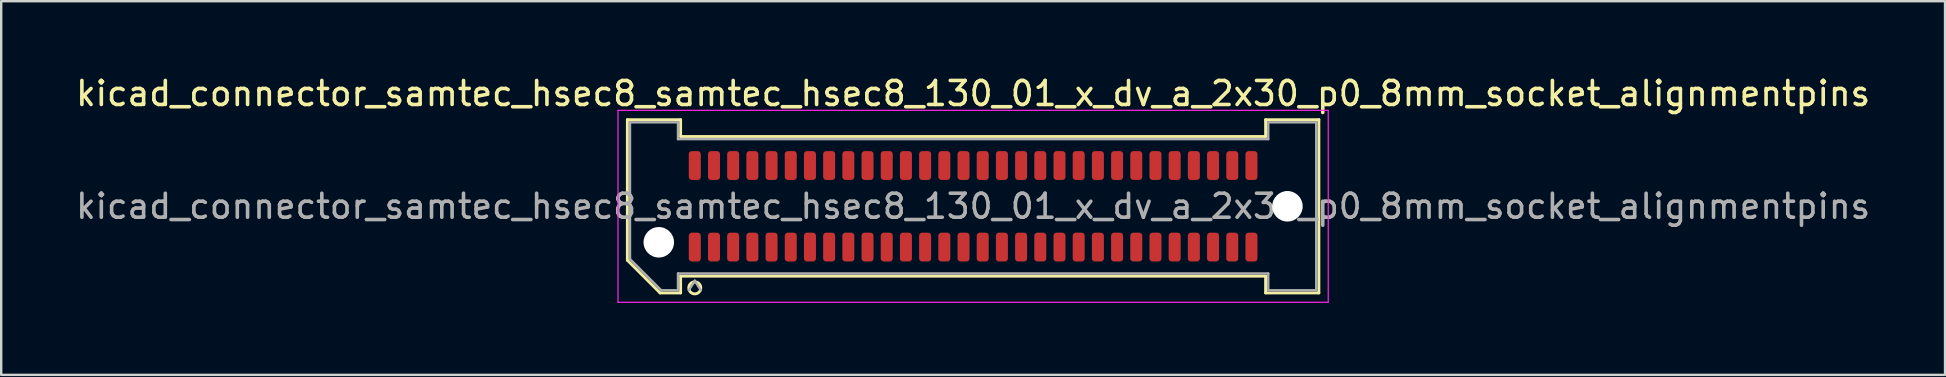
<source format=kicad_pcb>
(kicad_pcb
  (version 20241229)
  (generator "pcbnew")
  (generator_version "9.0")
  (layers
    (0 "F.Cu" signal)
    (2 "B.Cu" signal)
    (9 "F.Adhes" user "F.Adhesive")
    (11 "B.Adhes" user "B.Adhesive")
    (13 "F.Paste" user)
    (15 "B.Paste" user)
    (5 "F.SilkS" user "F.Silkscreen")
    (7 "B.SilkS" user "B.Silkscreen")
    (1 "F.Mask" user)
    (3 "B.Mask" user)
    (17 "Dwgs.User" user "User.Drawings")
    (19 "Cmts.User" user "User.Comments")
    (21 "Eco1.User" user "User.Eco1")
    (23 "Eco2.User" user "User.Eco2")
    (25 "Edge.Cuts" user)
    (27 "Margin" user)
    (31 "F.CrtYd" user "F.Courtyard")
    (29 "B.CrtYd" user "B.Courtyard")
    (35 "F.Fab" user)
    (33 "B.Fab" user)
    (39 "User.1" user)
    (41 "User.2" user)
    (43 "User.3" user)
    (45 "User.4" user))
  (footprint "kicad_connector_samtec_hsec8_samtec_hsec8_130_01_x_dv_a_2x30_p0_8mm_socket_alignmentpins"
    (layer "F.Cu")
    (at 37.506 5.548)
    (property "Reference" "kicad_connector_samtec_hsec8_samtec_hsec8_130_01_x_dv_a_2x30_p0_8mm_socket_alignmentpins" (at 0 -4.7 0) (layer "F.SilkS") (effects (font (size 1 1) (thickness 0.15))))
    (attr smd)
    (fp_line (start -14.41 -3.61) (end -12.19 -3.61) (stroke (width 0.12) (type solid)) (layer "F.SilkS"))
    (fp_line (start -14.41 2.246) (end -14.41 -3.61) (stroke (width 0.12) (type solid)) (layer "F.SilkS"))
    (fp_line (start -13.046 3.61) (end -14.41 2.246) (stroke (width 0.12) (type solid)) (layer "F.SilkS"))
    (fp_line (start -12.19 -3.61) (end -12.19 -2.91) (stroke (width 0.12) (type solid)) (layer "F.SilkS"))
    (fp_line (start -12.19 -2.91) (end 12.19 -2.91) (stroke (width 0.12) (type solid)) (layer "F.SilkS"))
    (fp_line (start -12.19 2.91) (end -12.19 3.61) (stroke (width 0.12) (type solid)) (layer "F.SilkS"))
    (fp_line (start -12.19 3.61) (end -13.046 3.61) (stroke (width 0.12) (type solid)) (layer "F.SilkS"))
    (fp_line (start 12.19 -3.61) (end 14.41 -3.61) (stroke (width 0.12) (type solid)) (layer "F.SilkS"))
    (fp_line (start 12.19 -2.91) (end 12.19 -3.61) (stroke (width 0.12) (type solid)) (layer "F.SilkS"))
    (fp_line (start 12.19 2.91) (end -12.19 2.91) (stroke (width 0.12) (type solid)) (layer "F.SilkS"))
    (fp_line (start 12.19 3.61) (end 12.19 2.91) (stroke (width 0.12) (type solid)) (layer "F.SilkS"))
    (fp_line (start 14.41 -3.61) (end 14.41 3.61) (stroke (width 0.12) (type solid)) (layer "F.SilkS"))
    (fp_line (start 14.41 3.61) (end 12.19 3.61) (stroke (width 0.12) (type solid)) (layer "F.SilkS"))
    (fp_arc (start -11.35 3.4) (mid -11.85 3.4) (end -11.35 3.4) (stroke (width 0.12) (type solid)) (layer "F.SilkS"))
    (fp_line (start -14.8 -4) (end -14.8 4) (stroke (width 0.05) (type solid)) (layer "F.CrtYd"))
    (fp_line (start -14.8 4) (end 14.8 4) (stroke (width 0.05) (type solid)) (layer "F.CrtYd"))
    (fp_line (start 14.8 -4) (end -14.8 -4) (stroke (width 0.05) (type solid)) (layer "F.CrtYd"))
    (fp_line (start 14.8 4) (end 14.8 -4) (stroke (width 0.05) (type solid)) (layer "F.CrtYd"))
    (fp_line (start -14.3 -3.5) (end -12.3 -3.5) (stroke (width 0.1) (type solid)) (layer "F.Fab"))
    (fp_line (start -14.3 2.2) (end -14.3 -3.5) (stroke (width 0.1) (type solid)) (layer "F.Fab"))
    (fp_line (start -13 3.5) (end -14.3 2.2) (stroke (width 0.1) (type solid)) (layer "F.Fab"))
    (fp_line (start -12.3 -3.5) (end -12.3 -2.8) (stroke (width 0.1) (type solid)) (layer "F.Fab"))
    (fp_line (start -12.3 -2.8) (end 12.3 -2.8) (stroke (width 0.1) (type solid)) (layer "F.Fab"))
    (fp_line (start -12.3 2.8) (end -12.3 3.5) (stroke (width 0.1) (type solid)) (layer "F.Fab"))
    (fp_line (start -12.3 3.5) (end -13 3.5) (stroke (width 0.1) (type solid)) (layer "F.Fab"))
    (fp_line (start -11.6 3.1) (end -11.85 3.5) (stroke (width 0.1) (type solid)) (layer "F.Fab"))
    (fp_line (start -11.6 3.1) (end -11.35 3.5) (stroke (width 0.1) (type solid)) (layer "F.Fab"))
    (fp_line (start 12.3 -3.5) (end 14.3 -3.5) (stroke (width 0.1) (type solid)) (layer "F.Fab"))
    (fp_line (start 12.3 -2.8) (end 12.3 -3.5) (stroke (width 0.1) (type solid)) (layer "F.Fab"))
    (fp_line (start 12.3 2.8) (end -12.3 2.8) (stroke (width 0.1) (type solid)) (layer "F.Fab"))
    (fp_line (start 12.3 3.5) (end 12.3 2.8) (stroke (width 0.1) (type solid)) (layer "F.Fab"))
    (fp_line (start 14.3 -3.5) (end 14.3 3.5) (stroke (width 0.1) (type solid)) (layer "F.Fab"))
    (fp_line (start 14.3 3.5) (end 12.3 3.5) (stroke (width 0.1) (type solid)) (layer "F.Fab"))
    (fp_text user "${REFERENCE}" (at 0 0 0) (layer "F.Fab") (effects (font (size 1 1) (thickness 0.15))))
    (pad "" np_thru_hole circle (at -13.1 1.5) (size 1.27 1.27) (drill 1.27) (layers "*.Cu" "*.Mask"))
    (pad "" np_thru_hole circle (at 13.1 0) (size 1.27 1.27) (drill 1.27) (layers "*.Cu" "*.Mask"))
    (pad "1" smd roundrect (at -11.6 1.7) (size 0.5 1.2) (layers "F.Cu" "F.Mask" "F.Paste") (roundrect_rratio 0.25))
    (pad "2" smd roundrect (at -11.6 -1.7) (size 0.5 1.2) (layers "F.Cu" "F.Mask" "F.Paste") (roundrect_rratio 0.25))
    (pad "3" smd roundrect (at -10.8 1.7) (size 0.5 1.2) (layers "F.Cu" "F.Mask" "F.Paste") (roundrect_rratio 0.25))
    (pad "4" smd roundrect (at -10.8 -1.7) (size 0.5 1.2) (layers "F.Cu" "F.Mask" "F.Paste") (roundrect_rratio 0.25))
    (pad "5" smd roundrect (at -10 1.7) (size 0.5 1.2) (layers "F.Cu" "F.Mask" "F.Paste") (roundrect_rratio 0.25))
    (pad "6" smd roundrect (at -10 -1.7) (size 0.5 1.2) (layers "F.Cu" "F.Mask" "F.Paste") (roundrect_rratio 0.25))
    (pad "7" smd roundrect (at -9.2 1.7) (size 0.5 1.2) (layers "F.Cu" "F.Mask" "F.Paste") (roundrect_rratio 0.25))
    (pad "8" smd roundrect (at -9.2 -1.7) (size 0.5 1.2) (layers "F.Cu" "F.Mask" "F.Paste") (roundrect_rratio 0.25))
    (pad "9" smd roundrect (at -8.4 1.7) (size 0.5 1.2) (layers "F.Cu" "F.Mask" "F.Paste") (roundrect_rratio 0.25))
    (pad "10" smd roundrect (at -8.4 -1.7) (size 0.5 1.2) (layers "F.Cu" "F.Mask" "F.Paste") (roundrect_rratio 0.25))
    (pad "11" smd roundrect (at -7.6 1.7) (size 0.5 1.2) (layers "F.Cu" "F.Mask" "F.Paste") (roundrect_rratio 0.25))
    (pad "12" smd roundrect (at -7.6 -1.7) (size 0.5 1.2) (layers "F.Cu" "F.Mask" "F.Paste") (roundrect_rratio 0.25))
    (pad "13" smd roundrect (at -6.8 1.7) (size 0.5 1.2) (layers "F.Cu" "F.Mask" "F.Paste") (roundrect_rratio 0.25))
    (pad "14" smd roundrect (at -6.8 -1.7) (size 0.5 1.2) (layers "F.Cu" "F.Mask" "F.Paste") (roundrect_rratio 0.25))
    (pad "15" smd roundrect (at -6 1.7) (size 0.5 1.2) (layers "F.Cu" "F.Mask" "F.Paste") (roundrect_rratio 0.25))
    (pad "16" smd roundrect (at -6 -1.7) (size 0.5 1.2) (layers "F.Cu" "F.Mask" "F.Paste") (roundrect_rratio 0.25))
    (pad "17" smd roundrect (at -5.2 1.7) (size 0.5 1.2) (layers "F.Cu" "F.Mask" "F.Paste") (roundrect_rratio 0.25))
    (pad "18" smd roundrect (at -5.2 -1.7) (size 0.5 1.2) (layers "F.Cu" "F.Mask" "F.Paste") (roundrect_rratio 0.25))
    (pad "19" smd roundrect (at -4.4 1.7) (size 0.5 1.2) (layers "F.Cu" "F.Mask" "F.Paste") (roundrect_rratio 0.25))
    (pad "20" smd roundrect (at -4.4 -1.7) (size 0.5 1.2) (layers "F.Cu" "F.Mask" "F.Paste") (roundrect_rratio 0.25))
    (pad "21" smd roundrect (at -3.6 1.7) (size 0.5 1.2) (layers "F.Cu" "F.Mask" "F.Paste") (roundrect_rratio 0.25))
    (pad "22" smd roundrect (at -3.6 -1.7) (size 0.5 1.2) (layers "F.Cu" "F.Mask" "F.Paste") (roundrect_rratio 0.25))
    (pad "23" smd roundrect (at -2.8 1.7) (size 0.5 1.2) (layers "F.Cu" "F.Mask" "F.Paste") (roundrect_rratio 0.25))
    (pad "24" smd roundrect (at -2.8 -1.7) (size 0.5 1.2) (layers "F.Cu" "F.Mask" "F.Paste") (roundrect_rratio 0.25))
    (pad "25" smd roundrect (at -2 1.7) (size 0.5 1.2) (layers "F.Cu" "F.Mask" "F.Paste") (roundrect_rratio 0.25))
    (pad "26" smd roundrect (at -2 -1.7) (size 0.5 1.2) (layers "F.Cu" "F.Mask" "F.Paste") (roundrect_rratio 0.25))
    (pad "27" smd roundrect (at -1.2 1.7) (size 0.5 1.2) (layers "F.Cu" "F.Mask" "F.Paste") (roundrect_rratio 0.25))
    (pad "28" smd roundrect (at -1.2 -1.7) (size 0.5 1.2) (layers "F.Cu" "F.Mask" "F.Paste") (roundrect_rratio 0.25))
    (pad "29" smd roundrect (at -0.4 1.7) (size 0.5 1.2) (layers "F.Cu" "F.Mask" "F.Paste") (roundrect_rratio 0.25))
    (pad "30" smd roundrect (at -0.4 -1.7) (size 0.5 1.2) (layers "F.Cu" "F.Mask" "F.Paste") (roundrect_rratio 0.25))
    (pad "31" smd roundrect (at 0.4 1.7) (size 0.5 1.2) (layers "F.Cu" "F.Mask" "F.Paste") (roundrect_rratio 0.25))
    (pad "32" smd roundrect (at 0.4 -1.7) (size 0.5 1.2) (layers "F.Cu" "F.Mask" "F.Paste") (roundrect_rratio 0.25))
    (pad "33" smd roundrect (at 1.2 1.7) (size 0.5 1.2) (layers "F.Cu" "F.Mask" "F.Paste") (roundrect_rratio 0.25))
    (pad "34" smd roundrect (at 1.2 -1.7) (size 0.5 1.2) (layers "F.Cu" "F.Mask" "F.Paste") (roundrect_rratio 0.25))
    (pad "35" smd roundrect (at 2 1.7) (size 0.5 1.2) (layers "F.Cu" "F.Mask" "F.Paste") (roundrect_rratio 0.25))
    (pad "36" smd roundrect (at 2 -1.7) (size 0.5 1.2) (layers "F.Cu" "F.Mask" "F.Paste") (roundrect_rratio 0.25))
    (pad "37" smd roundrect (at 2.8 1.7) (size 0.5 1.2) (layers "F.Cu" "F.Mask" "F.Paste") (roundrect_rratio 0.25))
    (pad "38" smd roundrect (at 2.8 -1.7) (size 0.5 1.2) (layers "F.Cu" "F.Mask" "F.Paste") (roundrect_rratio 0.25))
    (pad "39" smd roundrect (at 3.6 1.7) (size 0.5 1.2) (layers "F.Cu" "F.Mask" "F.Paste") (roundrect_rratio 0.25))
    (pad "40" smd roundrect (at 3.6 -1.7) (size 0.5 1.2) (layers "F.Cu" "F.Mask" "F.Paste") (roundrect_rratio 0.25))
    (pad "41" smd roundrect (at 4.4 1.7) (size 0.5 1.2) (layers "F.Cu" "F.Mask" "F.Paste") (roundrect_rratio 0.25))
    (pad "42" smd roundrect (at 4.4 -1.7) (size 0.5 1.2) (layers "F.Cu" "F.Mask" "F.Paste") (roundrect_rratio 0.25))
    (pad "43" smd roundrect (at 5.2 1.7) (size 0.5 1.2) (layers "F.Cu" "F.Mask" "F.Paste") (roundrect_rratio 0.25))
    (pad "44" smd roundrect (at 5.2 -1.7) (size 0.5 1.2) (layers "F.Cu" "F.Mask" "F.Paste") (roundrect_rratio 0.25))
    (pad "45" smd roundrect (at 6 1.7) (size 0.5 1.2) (layers "F.Cu" "F.Mask" "F.Paste") (roundrect_rratio 0.25))
    (pad "46" smd roundrect (at 6 -1.7) (size 0.5 1.2) (layers "F.Cu" "F.Mask" "F.Paste") (roundrect_rratio 0.25))
    (pad "47" smd roundrect (at 6.8 1.7) (size 0.5 1.2) (layers "F.Cu" "F.Mask" "F.Paste") (roundrect_rratio 0.25))
    (pad "48" smd roundrect (at 6.8 -1.7) (size 0.5 1.2) (layers "F.Cu" "F.Mask" "F.Paste") (roundrect_rratio 0.25))
    (pad "49" smd roundrect (at 7.6 1.7) (size 0.5 1.2) (layers "F.Cu" "F.Mask" "F.Paste") (roundrect_rratio 0.25))
    (pad "50" smd roundrect (at 7.6 -1.7) (size 0.5 1.2) (layers "F.Cu" "F.Mask" "F.Paste") (roundrect_rratio 0.25))
    (pad "51" smd roundrect (at 8.4 1.7) (size 0.5 1.2) (layers "F.Cu" "F.Mask" "F.Paste") (roundrect_rratio 0.25))
    (pad "52" smd roundrect (at 8.4 -1.7) (size 0.5 1.2) (layers "F.Cu" "F.Mask" "F.Paste") (roundrect_rratio 0.25))
    (pad "53" smd roundrect (at 9.2 1.7) (size 0.5 1.2) (layers "F.Cu" "F.Mask" "F.Paste") (roundrect_rratio 0.25))
    (pad "54" smd roundrect (at 9.2 -1.7) (size 0.5 1.2) (layers "F.Cu" "F.Mask" "F.Paste") (roundrect_rratio 0.25))
    (pad "55" smd roundrect (at 10 1.7) (size 0.5 1.2) (layers "F.Cu" "F.Mask" "F.Paste") (roundrect_rratio 0.25))
    (pad "56" smd roundrect (at 10 -1.7) (size 0.5 1.2) (layers "F.Cu" "F.Mask" "F.Paste") (roundrect_rratio 0.25))
    (pad "57" smd roundrect (at 10.8 1.7) (size 0.5 1.2) (layers "F.Cu" "F.Mask" "F.Paste") (roundrect_rratio 0.25))
    (pad "58" smd roundrect (at 10.8 -1.7) (size 0.5 1.2) (layers "F.Cu" "F.Mask" "F.Paste") (roundrect_rratio 0.25))
    (pad "59" smd roundrect (at 11.6 1.7) (size 0.5 1.2) (layers "F.Cu" "F.Mask" "F.Paste") (roundrect_rratio 0.25))
    (pad "60" smd roundrect (at 11.6 -1.7) (size 0.5 1.2) (layers "F.Cu" "F.Mask" "F.Paste") (roundrect_rratio 0.25)))
  (gr_rect
    (start -3 -3)
    (end 78.012 12.573)
    (stroke (width 0.1) (type default))
    (fill no)
    (layer "Edge.Cuts")))
</source>
